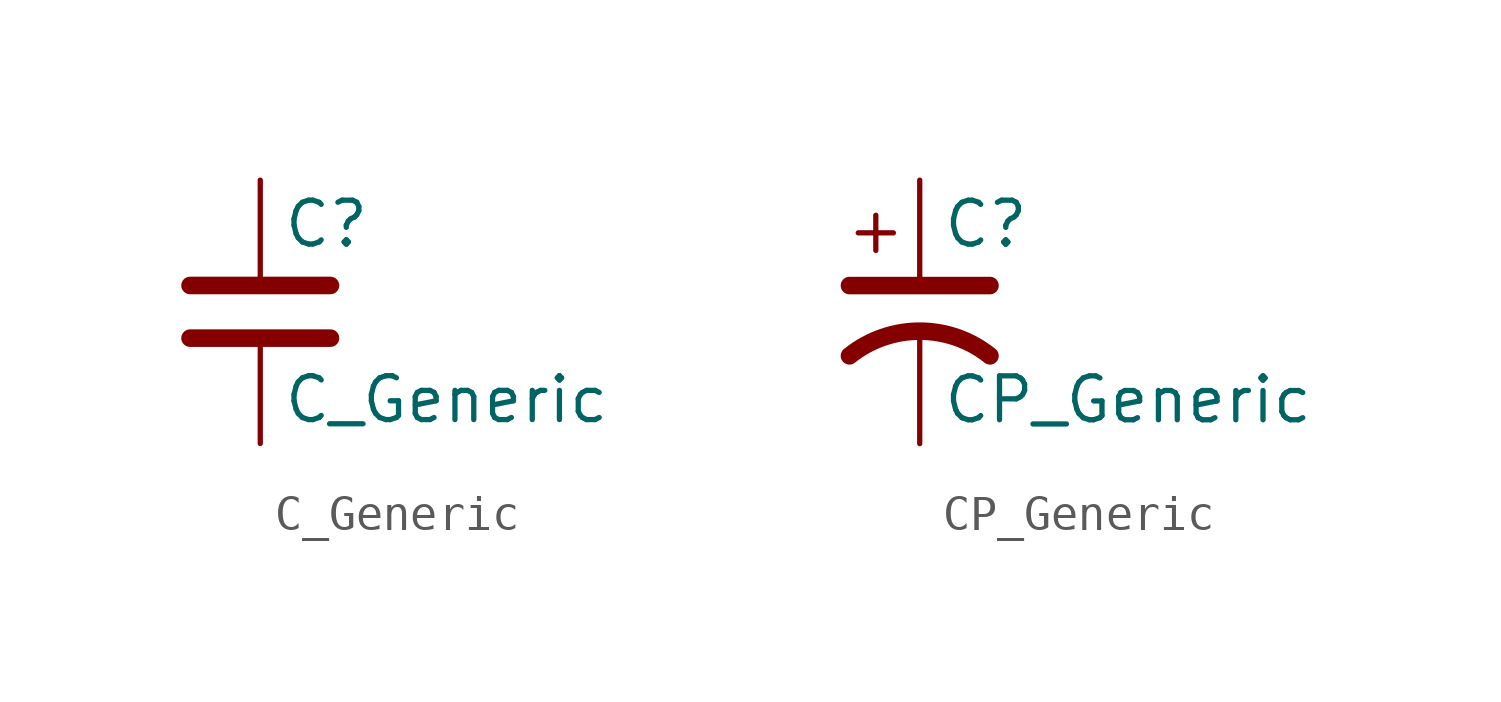
<source format=kicad_sym>
(kicad_symbol_lib
  (version 20211014)
  (generator kicad_symbol_editor)
  (symbol "C_Generic"
    (pin_numbers hide)
    (pin_names
      (offset 0.254))
    (property "Reference" "C"
      (at 0.635 2.54 0)
      (effects (font (size 1.27 1.27)) (justify left)))
    (property "Value" "C_Generic"
      (at 0.635 -2.54 0)
      (effects (font (size 1.27 1.27)) (justify left)))
    (symbol "C_Generic_0_1"
      (polyline (pts (xy -2.032 -0.762) (xy 2.032 -0.762)) (stroke (width 0.508) (type default) (color 0 0 0 0)) (fill (type none)))
      (polyline (pts (xy -2.032 0.762) (xy 2.032 0.762)) (stroke (width 0.508) (type default) (color 0 0 0 0)) (fill (type none))))
    (symbol "C_Generic_1_1"
      (pin passive line (at 0 3.81 270) (length 2.794) (name "~" (effects (font (size 1.27 1.27)))) (number "1" (effects (font (size 1.27 1.27)))))
      (pin passive line (at 0 -3.81 90) (length 2.794) (name "~" (effects (font (size 1.27 1.27)))) (number "2" (effects (font (size 1.27 1.27)))))))
  (symbol "CP_Generic"
    (pin_numbers hide)
    (pin_names
      (offset 0.254))
    (property "Reference" "C"
      (at 0.635 2.54 0)
      (effects (font (size 1.27 1.27)) (justify left)))
    (property "Value" "CP_Generic"
      (at 0.635 -2.54 0)
      (effects (font (size 1.27 1.27)) (justify left)))
    (symbol "CP_Generic_0_1"
      (polyline (pts (xy -2.032 0.762) (xy 2.032 0.762)) (stroke (width 0.508) (type default) (color 0 0 0 0)) (fill (type none)))
      (polyline (pts (xy -1.778 2.286) (xy -0.762 2.286)) (stroke (width 0) (type default) (color 0 0 0 0)) (fill (type none)))
      (polyline (pts (xy -1.27 1.778) (xy -1.27 2.794)) (stroke (width 0) (type default) (color 0 0 0 0)) (fill (type none)))
      (arc (start 2.032 -1.27) (mid 0 -0.5572) (end -2.032 -1.27) (stroke (width 0.508) (type default) (color 0 0 0 0)) (fill (type none))))
    (symbol "CP_Generic_1_1"
      (pin passive line (at 0 3.81 270) (length 2.794) (name "~" (effects (font (size 1.27 1.27)))) (number "1" (effects (font (size 1.27 1.27)))))
      (pin passive line (at 0 -3.81 90) (length 3.302) (name "~" (effects (font (size 1.27 1.27)))) (number "2" (effects (font (size 1.27 1.27))))))))
</source>
